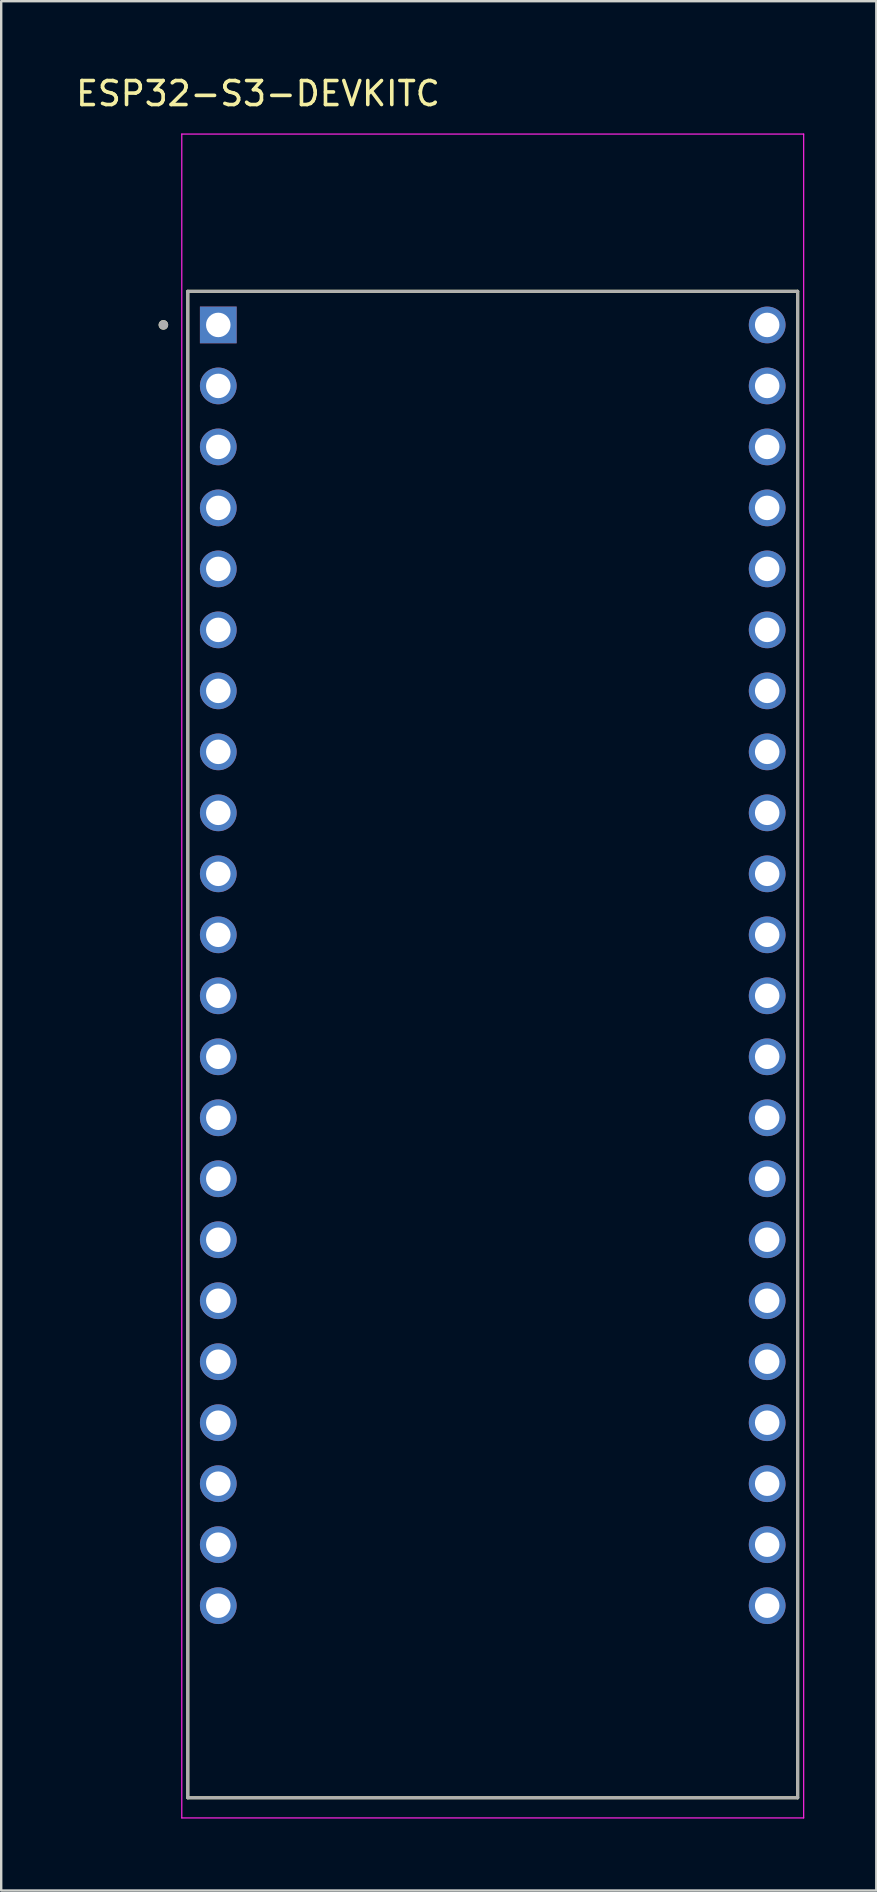
<source format=kicad_pcb>
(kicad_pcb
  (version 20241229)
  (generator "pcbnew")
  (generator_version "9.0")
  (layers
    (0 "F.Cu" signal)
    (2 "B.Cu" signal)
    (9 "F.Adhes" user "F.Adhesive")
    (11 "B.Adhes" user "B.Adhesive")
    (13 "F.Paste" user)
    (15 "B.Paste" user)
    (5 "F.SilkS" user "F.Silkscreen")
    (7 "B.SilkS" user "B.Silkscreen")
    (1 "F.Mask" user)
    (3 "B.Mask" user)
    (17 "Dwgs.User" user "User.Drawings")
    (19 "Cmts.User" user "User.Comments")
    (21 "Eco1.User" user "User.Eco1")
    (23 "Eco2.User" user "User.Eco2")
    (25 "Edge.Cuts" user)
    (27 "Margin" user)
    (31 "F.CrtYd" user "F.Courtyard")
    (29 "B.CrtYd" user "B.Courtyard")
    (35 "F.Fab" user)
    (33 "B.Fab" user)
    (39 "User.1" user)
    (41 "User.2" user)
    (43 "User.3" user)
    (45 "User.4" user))
  (footprint "ESP32-S3-DEVKITC"
    (layer "F.Cu")
    (at 17.471 40.453)
    (property "Reference" "ESP32-S3-DEVKITC" (at -9.775 -39.605 0) (layer "F.SilkS") (effects (font (size 1 1) (thickness 0.15))))
    (attr through_hole)
    (fp_line (start -12.7 -31.37) (end 12.7 -31.37) (stroke (width 0.127) (type solid)) (layer "F.SilkS"))
    (fp_line (start -12.7 31.37) (end -12.7 -31.37) (stroke (width 0.127) (type solid)) (layer "F.SilkS"))
    (fp_line (start 12.7 -31.37) (end 12.7 31.37) (stroke (width 0.127) (type solid)) (layer "F.SilkS"))
    (fp_line (start 12.7 31.37) (end -12.7 31.37) (stroke (width 0.127) (type solid)) (layer "F.SilkS"))
    (fp_circle (center -13.716 -29.972) (end -13.616 -29.972) (stroke (width 0.2) (type solid)) (fill no) (layer "F.SilkS"))
    (fp_line (start -12.95 -37.92) (end -12.95 32.21) (stroke (width 0.05) (type solid)) (layer "F.CrtYd"))
    (fp_line (start -12.95 32.21) (end 12.95 32.21) (stroke (width 0.05) (type solid)) (layer "F.CrtYd"))
    (fp_line (start 12.95 -37.92) (end -12.95 -37.92) (stroke (width 0.05) (type solid)) (layer "F.CrtYd"))
    (fp_line (start 12.95 32.21) (end 12.95 -37.92) (stroke (width 0.05) (type solid)) (layer "F.CrtYd"))
    (fp_line (start -12.7 -31.37) (end 12.7 -31.37) (stroke (width 0.127) (type solid)) (layer "F.Fab"))
    (fp_line (start -12.7 31.37) (end -12.7 -31.37) (stroke (width 0.127) (type solid)) (layer "F.Fab"))
    (fp_line (start 12.7 -31.37) (end 12.7 31.37) (stroke (width 0.127) (type solid)) (layer "F.Fab"))
    (fp_line (start 12.7 31.37) (end -12.7 31.37) (stroke (width 0.127) (type solid)) (layer "F.Fab"))
    (fp_circle (center -13.716 -29.972) (end -13.616 -29.972) (stroke (width 0.2) (type solid)) (fill no) (layer "F.Fab"))
    (pad "J1_1" thru_hole rect (at -11.43 -29.97) (size 1.53 1.53) (drill 1.02) (layers "*.Cu" "*.Mask"))
    (pad "J1_2" thru_hole circle (at -11.43 -27.43) (size 1.53 1.53) (drill 1.02) (layers "*.Cu" "*.Mask"))
    (pad "J1_3" thru_hole circle (at -11.43 -24.89) (size 1.53 1.53) (drill 1.02) (layers "*.Cu" "*.Mask"))
    (pad "J1_4" thru_hole circle (at -11.43 -22.35) (size 1.53 1.53) (drill 1.02) (layers "*.Cu" "*.Mask"))
    (pad "J1_5" thru_hole circle (at -11.43 -19.81) (size 1.53 1.53) (drill 1.02) (layers "*.Cu" "*.Mask"))
    (pad "J1_6" thru_hole circle (at -11.43 -17.27) (size 1.53 1.53) (drill 1.02) (layers "*.Cu" "*.Mask"))
    (pad "J1_7" thru_hole circle (at -11.43 -14.73) (size 1.53 1.53) (drill 1.02) (layers "*.Cu" "*.Mask"))
    (pad "J1_8" thru_hole circle (at -11.43 -12.19) (size 1.53 1.53) (drill 1.02) (layers "*.Cu" "*.Mask"))
    (pad "J1_9" thru_hole circle (at -11.43 -9.65) (size 1.53 1.53) (drill 1.02) (layers "*.Cu" "*.Mask"))
    (pad "J1_10" thru_hole circle (at -11.43 -7.11) (size 1.53 1.53) (drill 1.02) (layers "*.Cu" "*.Mask"))
    (pad "J1_11" thru_hole circle (at -11.43 -4.57) (size 1.53 1.53) (drill 1.02) (layers "*.Cu" "*.Mask"))
    (pad "J1_12" thru_hole circle (at -11.43 -2.03) (size 1.53 1.53) (drill 1.02) (layers "*.Cu" "*.Mask"))
    (pad "J1_13" thru_hole circle (at -11.43 0.51) (size 1.53 1.53) (drill 1.02) (layers "*.Cu" "*.Mask"))
    (pad "J1_14" thru_hole circle (at -11.43 3.05) (size 1.53 1.53) (drill 1.02) (layers "*.Cu" "*.Mask"))
    (pad "J1_15" thru_hole circle (at -11.43 5.59) (size 1.53 1.53) (drill 1.02) (layers "*.Cu" "*.Mask"))
    (pad "J1_16" thru_hole circle (at -11.43 8.13) (size 1.53 1.53) (drill 1.02) (layers "*.Cu" "*.Mask"))
    (pad "J1_17" thru_hole circle (at -11.43 10.67) (size 1.53 1.53) (drill 1.02) (layers "*.Cu" "*.Mask"))
    (pad "J1_18" thru_hole circle (at -11.43 13.21) (size 1.53 1.53) (drill 1.02) (layers "*.Cu" "*.Mask"))
    (pad "J1_19" thru_hole circle (at -11.43 15.75) (size 1.53 1.53) (drill 1.02) (layers "*.Cu" "*.Mask"))
    (pad "J1_20" thru_hole circle (at -11.43 18.29) (size 1.53 1.53) (drill 1.02) (layers "*.Cu" "*.Mask"))
    (pad "J1_21" thru_hole circle (at -11.43 20.83) (size 1.53 1.53) (drill 1.02) (layers "*.Cu" "*.Mask"))
    (pad "J1_22" thru_hole circle (at -11.43 23.37) (size 1.53 1.53) (drill 1.02) (layers "*.Cu" "*.Mask"))
    (pad "J3_1" thru_hole circle (at 11.43 -29.97) (size 1.53 1.53) (drill 1.02) (layers "*.Cu" "*.Mask"))
    (pad "J3_2" thru_hole circle (at 11.43 -27.43) (size 1.53 1.53) (drill 1.02) (layers "*.Cu" "*.Mask"))
    (pad "J3_3" thru_hole circle (at 11.43 -24.89) (size 1.53 1.53) (drill 1.02) (layers "*.Cu" "*.Mask"))
    (pad "J3_4" thru_hole circle (at 11.43 -22.35) (size 1.53 1.53) (drill 1.02) (layers "*.Cu" "*.Mask"))
    (pad "J3_5" thru_hole circle (at 11.43 -19.81) (size 1.53 1.53) (drill 1.02) (layers "*.Cu" "*.Mask"))
    (pad "J3_6" thru_hole circle (at 11.43 -17.27) (size 1.53 1.53) (drill 1.02) (layers "*.Cu" "*.Mask"))
    (pad "J3_7" thru_hole circle (at 11.43 -14.73) (size 1.53 1.53) (drill 1.02) (layers "*.Cu" "*.Mask"))
    (pad "J3_8" thru_hole circle (at 11.43 -12.19) (size 1.53 1.53) (drill 1.02) (layers "*.Cu" "*.Mask"))
    (pad "J3_9" thru_hole circle (at 11.43 -9.65) (size 1.53 1.53) (drill 1.02) (layers "*.Cu" "*.Mask"))
    (pad "J3_10" thru_hole circle (at 11.43 -7.11) (size 1.53 1.53) (drill 1.02) (layers "*.Cu" "*.Mask"))
    (pad "J3_11" thru_hole circle (at 11.43 -4.57) (size 1.53 1.53) (drill 1.02) (layers "*.Cu" "*.Mask"))
    (pad "J3_12" thru_hole circle (at 11.43 -2.03) (size 1.53 1.53) (drill 1.02) (layers "*.Cu" "*.Mask"))
    (pad "J3_13" thru_hole circle (at 11.43 0.51) (size 1.53 1.53) (drill 1.02) (layers "*.Cu" "*.Mask"))
    (pad "J3_14" thru_hole circle (at 11.43 3.05) (size 1.53 1.53) (drill 1.02) (layers "*.Cu" "*.Mask"))
    (pad "J3_15" thru_hole circle (at 11.43 5.59) (size 1.53 1.53) (drill 1.02) (layers "*.Cu" "*.Mask"))
    (pad "J3_16" thru_hole circle (at 11.43 8.13) (size 1.53 1.53) (drill 1.02) (layers "*.Cu" "*.Mask"))
    (pad "J3_17" thru_hole circle (at 11.43 10.67) (size 1.53 1.53) (drill 1.02) (layers "*.Cu" "*.Mask"))
    (pad "J3_18" thru_hole circle (at 11.43 13.21) (size 1.53 1.53) (drill 1.02) (layers "*.Cu" "*.Mask"))
    (pad "J3_19" thru_hole circle (at 11.43 15.75) (size 1.53 1.53) (drill 1.02) (layers "*.Cu" "*.Mask"))
    (pad "J3_20" thru_hole circle (at 11.43 18.29) (size 1.53 1.53) (drill 1.02) (layers "*.Cu" "*.Mask"))
    (pad "J3_21" thru_hole circle (at 11.43 20.83) (size 1.53 1.53) (drill 1.02) (layers "*.Cu" "*.Mask"))
    (pad "J3_22" thru_hole circle (at 11.43 23.37) (size 1.53 1.53) (drill 1.02) (layers "*.Cu" "*.Mask")))
  (gr_rect
    (start -3 -3)
    (end 33.446 75.688)
    (stroke (width 0.1) (type default))
    (fill no)
    (layer "Edge.Cuts")))
</source>
